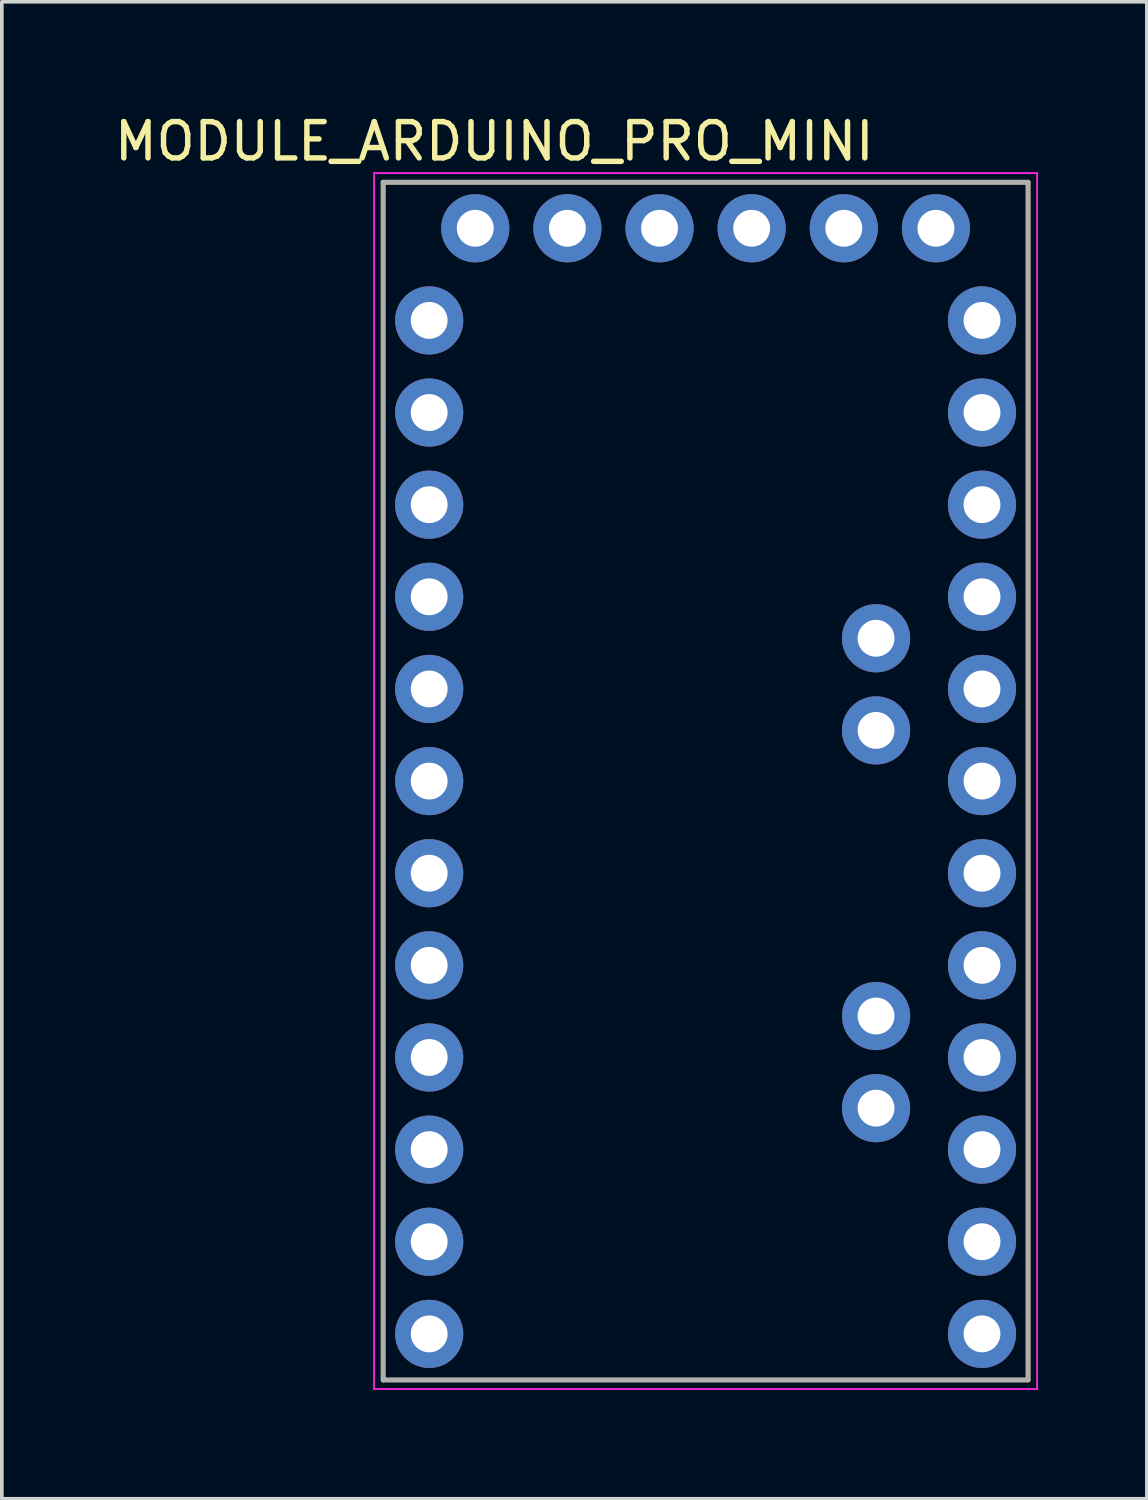
<source format=kicad_pcb>
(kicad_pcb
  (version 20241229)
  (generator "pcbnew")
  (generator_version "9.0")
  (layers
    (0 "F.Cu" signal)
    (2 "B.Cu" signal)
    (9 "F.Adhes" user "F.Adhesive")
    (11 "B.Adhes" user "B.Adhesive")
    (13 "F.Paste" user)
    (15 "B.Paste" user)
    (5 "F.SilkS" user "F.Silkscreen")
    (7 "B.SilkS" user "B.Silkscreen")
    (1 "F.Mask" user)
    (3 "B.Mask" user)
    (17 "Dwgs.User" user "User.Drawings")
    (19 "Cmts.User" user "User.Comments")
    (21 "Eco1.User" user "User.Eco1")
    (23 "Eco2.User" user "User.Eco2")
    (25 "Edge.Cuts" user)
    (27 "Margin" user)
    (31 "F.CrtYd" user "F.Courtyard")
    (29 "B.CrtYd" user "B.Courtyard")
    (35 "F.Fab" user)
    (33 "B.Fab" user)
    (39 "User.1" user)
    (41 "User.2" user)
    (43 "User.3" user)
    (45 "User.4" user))
  (footprint "MODULE_ARDUINO_PRO_MINI"
    (layer "F.Cu")
    (at 16.402 18.483)
    (property "Reference" "MODULE_ARDUINO_PRO_MINI" (at -5.825 -17.635 0) (layer "F.SilkS") (effects (font (size 1 1) (thickness 0.15))))
    (attr through_hole)
    (fp_line (start -8.89 -16.51) (end -8.89 16.51) (stroke (width 0.127) (type solid)) (layer "F.SilkS"))
    (fp_line (start -8.89 16.51) (end 8.89 16.51) (stroke (width 0.127) (type solid)) (layer "F.SilkS"))
    (fp_line (start 8.89 -16.51) (end -8.89 -16.51) (stroke (width 0.127) (type solid)) (layer "F.SilkS"))
    (fp_line (start 8.89 16.51) (end 8.89 -16.51) (stroke (width 0.127) (type solid)) (layer "F.SilkS"))
    (fp_line (start -9.14 -16.76) (end 9.14 -16.76) (stroke (width 0.05) (type solid)) (layer "F.CrtYd"))
    (fp_line (start -9.14 16.76) (end -9.14 -16.76) (stroke (width 0.05) (type solid)) (layer "F.CrtYd"))
    (fp_line (start 9.14 -16.76) (end 9.14 16.76) (stroke (width 0.05) (type solid)) (layer "F.CrtYd"))
    (fp_line (start 9.14 16.76) (end -9.14 16.76) (stroke (width 0.05) (type solid)) (layer "F.CrtYd"))
    (fp_line (start -8.89 -16.51) (end -8.89 16.51) (stroke (width 0.127) (type solid)) (layer "F.Fab"))
    (fp_line (start -8.89 16.51) (end 8.89 16.51) (stroke (width 0.127) (type solid)) (layer "F.Fab"))
    (fp_line (start 8.89 -16.51) (end -8.89 -16.51) (stroke (width 0.127) (type solid)) (layer "F.Fab"))
    (fp_line (start 8.89 16.51) (end 8.89 -16.51) (stroke (width 0.127) (type solid)) (layer "F.Fab"))
    (pad "JP1_1" thru_hole circle (at 6.35 -15.24) (size 1.88 1.88) (drill 1.016) (layers "*.Cu" "*.Mask"))
    (pad "JP1_2" thru_hole circle (at 3.81 -15.24) (size 1.88 1.88) (drill 1.016) (layers "*.Cu" "*.Mask"))
    (pad "JP1_3" thru_hole circle (at 1.27 -15.24) (size 1.88 1.88) (drill 1.016) (layers "*.Cu" "*.Mask"))
    (pad "JP1_4" thru_hole circle (at -1.27 -15.24) (size 1.88 1.88) (drill 1.016) (layers "*.Cu" "*.Mask"))
    (pad "JP1_5" thru_hole circle (at -3.81 -15.24) (size 1.88 1.88) (drill 1.016) (layers "*.Cu" "*.Mask"))
    (pad "JP1_6" thru_hole circle (at -6.35 -15.24) (size 1.88 1.88) (drill 1.016) (layers "*.Cu" "*.Mask"))
    (pad "JP2_1" thru_hole circle (at 4.699 -1.397) (size 1.88 1.88) (drill 1.016) (layers "*.Cu" "*.Mask"))
    (pad "JP2_2" thru_hole circle (at 4.699 -3.937) (size 1.88 1.88) (drill 1.016) (layers "*.Cu" "*.Mask"))
    (pad "JP3_1" thru_hole circle (at 4.699 9.017) (size 1.88 1.88) (drill 1.016) (layers "*.Cu" "*.Mask"))
    (pad "JP3_2" thru_hole circle (at 4.699 6.477) (size 1.88 1.88) (drill 1.016) (layers "*.Cu" "*.Mask"))
    (pad "JP6_1" thru_hole circle (at 7.62 -12.7) (size 1.88 1.88) (drill 1.016) (layers "*.Cu" "*.Mask"))
    (pad "JP6_2" thru_hole circle (at 7.62 -10.16) (size 1.88 1.88) (drill 1.016) (layers "*.Cu" "*.Mask"))
    (pad "JP6_3" thru_hole circle (at 7.62 -7.62) (size 1.88 1.88) (drill 1.016) (layers "*.Cu" "*.Mask"))
    (pad "JP6_4" thru_hole circle (at 7.62 -5.08) (size 1.88 1.88) (drill 1.016) (layers "*.Cu" "*.Mask"))
    (pad "JP6_5" thru_hole circle (at 7.62 -2.54) (size 1.88 1.88) (drill 1.016) (layers "*.Cu" "*.Mask"))
    (pad "JP6_6" thru_hole circle (at 7.62 0) (size 1.88 1.88) (drill 1.016) (layers "*.Cu" "*.Mask"))
    (pad "JP6_7" thru_hole circle (at 7.62 2.54) (size 1.88 1.88) (drill 1.016) (layers "*.Cu" "*.Mask"))
    (pad "JP6_8" thru_hole circle (at 7.62 5.08) (size 1.88 1.88) (drill 1.016) (layers "*.Cu" "*.Mask"))
    (pad "JP6_9" thru_hole circle (at 7.62 7.62) (size 1.88 1.88) (drill 1.016) (layers "*.Cu" "*.Mask"))
    (pad "JP6_10" thru_hole circle (at 7.62 10.16) (size 1.88 1.88) (drill 1.016) (layers "*.Cu" "*.Mask"))
    (pad "JP6_11" thru_hole circle (at 7.62 12.7) (size 1.88 1.88) (drill 1.016) (layers "*.Cu" "*.Mask"))
    (pad "JP6_12" thru_hole circle (at 7.62 15.24) (size 1.88 1.88) (drill 1.016) (layers "*.Cu" "*.Mask"))
    (pad "JP7_1" thru_hole circle (at -7.62 15.24) (size 1.88 1.88) (drill 1.016) (layers "*.Cu" "*.Mask"))
    (pad "JP7_2" thru_hole circle (at -7.62 12.7) (size 1.88 1.88) (drill 1.016) (layers "*.Cu" "*.Mask"))
    (pad "JP7_3" thru_hole circle (at -7.62 10.16) (size 1.88 1.88) (drill 1.016) (layers "*.Cu" "*.Mask"))
    (pad "JP7_4" thru_hole circle (at -7.62 7.62) (size 1.88 1.88) (drill 1.016) (layers "*.Cu" "*.Mask"))
    (pad "JP7_5" thru_hole circle (at -7.62 5.08) (size 1.88 1.88) (drill 1.016) (layers "*.Cu" "*.Mask"))
    (pad "JP7_6" thru_hole circle (at -7.62 2.54) (size 1.88 1.88) (drill 1.016) (layers "*.Cu" "*.Mask"))
    (pad "JP7_7" thru_hole circle (at -7.62 0) (size 1.88 1.88) (drill 1.016) (layers "*.Cu" "*.Mask"))
    (pad "JP7_8" thru_hole circle (at -7.62 -2.54) (size 1.88 1.88) (drill 1.016) (layers "*.Cu" "*.Mask"))
    (pad "JP7_9" thru_hole circle (at -7.62 -5.08) (size 1.88 1.88) (drill 1.016) (layers "*.Cu" "*.Mask"))
    (pad "JP7_10" thru_hole circle (at -7.62 -7.62) (size 1.88 1.88) (drill 1.016) (layers "*.Cu" "*.Mask"))
    (pad "JP7_11" thru_hole circle (at -7.62 -10.16) (size 1.88 1.88) (drill 1.016) (layers "*.Cu" "*.Mask"))
    (pad "JP7_12" thru_hole circle (at -7.62 -12.7) (size 1.88 1.88) (drill 1.016) (layers "*.Cu" "*.Mask")))
  (gr_rect
    (start -3 -3)
    (end 28.567 38.268)
    (stroke (width 0.1) (type default))
    (fill no)
    (layer "Edge.Cuts")))
</source>
